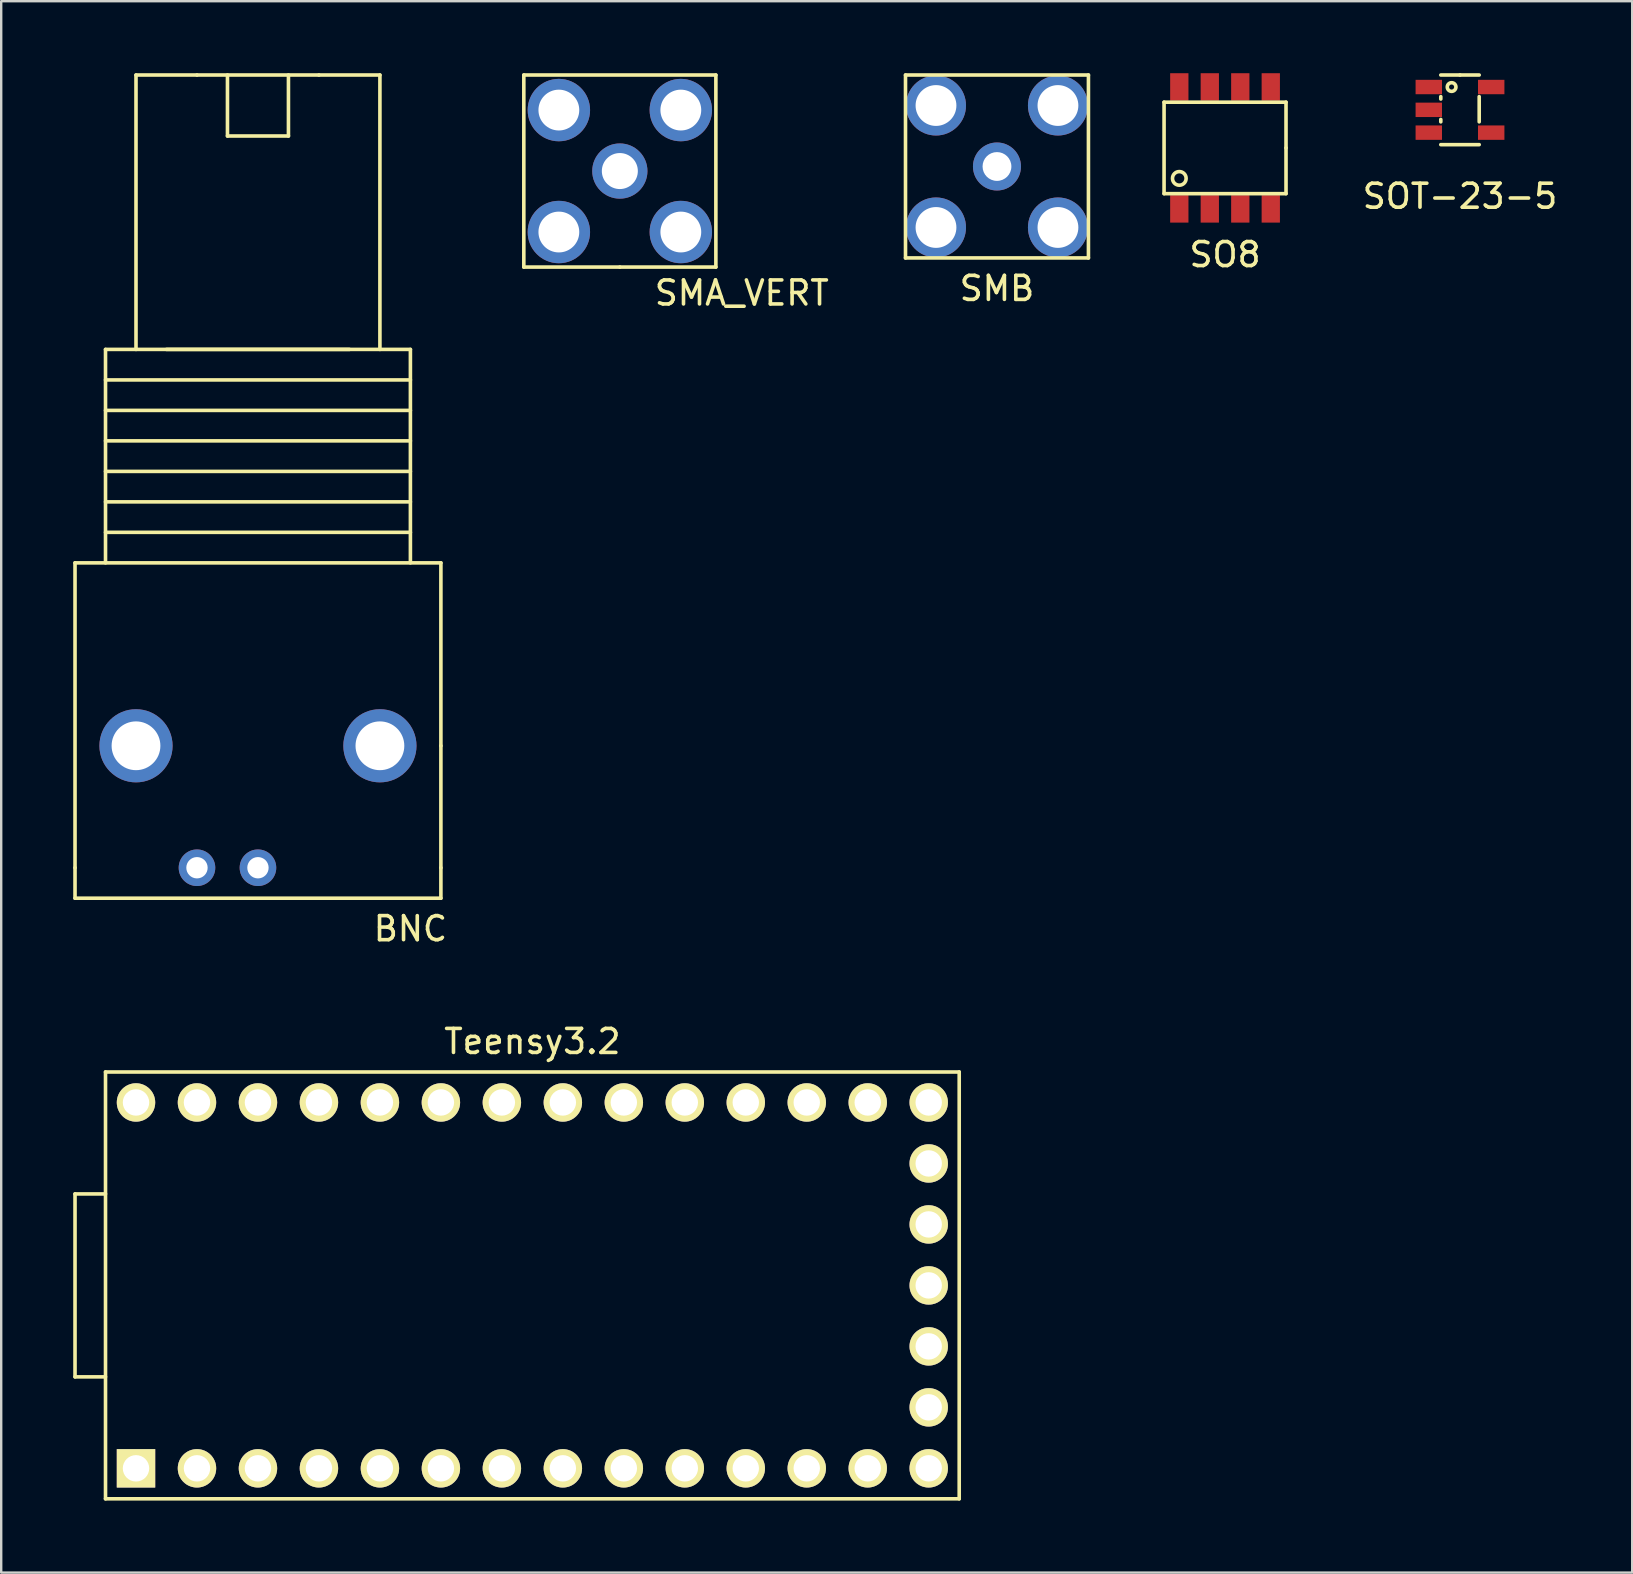
<source format=kicad_pcb>
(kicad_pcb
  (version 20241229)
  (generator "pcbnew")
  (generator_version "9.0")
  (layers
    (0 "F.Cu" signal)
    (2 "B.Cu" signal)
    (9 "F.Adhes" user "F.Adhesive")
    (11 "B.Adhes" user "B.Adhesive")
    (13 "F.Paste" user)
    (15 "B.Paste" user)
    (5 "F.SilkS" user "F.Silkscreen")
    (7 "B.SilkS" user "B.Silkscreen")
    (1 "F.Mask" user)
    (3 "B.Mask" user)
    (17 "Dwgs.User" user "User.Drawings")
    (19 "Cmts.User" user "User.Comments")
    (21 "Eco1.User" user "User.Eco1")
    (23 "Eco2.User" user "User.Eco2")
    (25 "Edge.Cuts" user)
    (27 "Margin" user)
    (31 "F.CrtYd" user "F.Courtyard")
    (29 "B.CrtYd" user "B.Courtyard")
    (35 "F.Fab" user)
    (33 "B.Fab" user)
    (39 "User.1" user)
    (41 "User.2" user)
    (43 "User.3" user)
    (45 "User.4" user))
  (footprint "SMB"
    (layer "F.Cu")
    (at 38.478 3.885)
    (property "Reference" "SMB" (at 0 5.08 0) (layer "F.SilkS") (effects (font (size 1 1) (thickness 0.15))))
    (attr through_hole)
    (fp_line (start -3.81 -3.81) (end 3.81 -3.81) (stroke (width 0.15) (type solid)) (layer "F.SilkS"))
    (fp_line (start -3.81 3.81) (end -3.81 -3.81) (stroke (width 0.15) (type solid)) (layer "F.SilkS"))
    (fp_line (start 3.81 -3.81) (end 3.81 3.81) (stroke (width 0.15) (type solid)) (layer "F.SilkS"))
    (fp_line (start 3.81 3.81) (end -3.81 3.81) (stroke (width 0.15) (type solid)) (layer "F.SilkS"))
    (pad "1" thru_hole circle (at 0 0) (size 2 2) (drill 1.2) (layers "*.Cu" "*.Mask"))
    (pad "2" thru_hole circle (at -2.54 -2.54) (size 2.5 2.5) (drill 1.7) (layers "*.Cu" "*.Mask"))
    (pad "2" thru_hole circle (at -2.54 2.54) (size 2.5 2.5) (drill 1.7) (layers "*.Cu" "*.Mask"))
    (pad "2" thru_hole circle (at 2.54 -2.54) (size 2.5 2.5) (drill 1.7) (layers "*.Cu" "*.Mask"))
    (pad "2" thru_hole circle (at 2.54 2.54) (size 2.5 2.5) (drill 1.7) (layers "*.Cu" "*.Mask")))
  (footprint "SMA_VERT"
    (layer "F.Cu")
    (at 22.769 4.075)
    (property "Reference" "SMA_VERT" (at 5.08 5.08 0) (layer "F.SilkS") (effects (font (size 1 1) (thickness 0.15))))
    (attr through_hole)
    (fp_line (start -4 -4) (end -4 4) (stroke (width 0.15) (type solid)) (layer "F.SilkS"))
    (fp_line (start -4 4) (end 0 4) (stroke (width 0.15) (type solid)) (layer "F.SilkS"))
    (fp_line (start 0 4) (end 4 4) (stroke (width 0.15) (type solid)) (layer "F.SilkS"))
    (fp_line (start 4 -4) (end -4 -4) (stroke (width 0.15) (type solid)) (layer "F.SilkS"))
    (fp_line (start 4 4) (end 4 -4) (stroke (width 0.15) (type solid)) (layer "F.SilkS"))
    (pad "1" thru_hole circle (at 0 0) (size 2.3 2.3) (drill 1.5) (layers "*.Cu" "*.Mask"))
    (pad "2" thru_hole circle (at -2.54 -2.54) (size 2.6 2.6) (drill 1.7) (layers "*.Cu" "*.Mask"))
    (pad "2" thru_hole circle (at -2.54 2.54) (size 2.6 2.6) (drill 1.7) (layers "*.Cu" "*.Mask"))
    (pad "2" thru_hole circle (at 2.54 -2.54) (size 2.6 2.6) (drill 1.7) (layers "*.Cu" "*.Mask"))
    (pad "2" thru_hole circle (at 2.54 2.54) (size 2.6 2.6) (drill 1.7) (layers "*.Cu" "*.Mask")))
  (footprint "SOT-23-5"
    (layer "F.Cu")
    (at 57.765 1.525)
    (property "Reference" "SOT-23-5" (at 0 3.6 0) (layer "F.SilkS") (effects (font (size 1 1) (thickness 0.15))))
    (attr through_hole)
    (fp_line (start -0.8 -0.55) (end -0.8 -0.45) (stroke (width 0.15) (type solid)) (layer "F.SilkS"))
    (fp_line (start -0.8 0.4) (end -0.8 0.5) (stroke (width 0.15) (type solid)) (layer "F.SilkS"))
    (fp_line (start -0.8 1.45) (end 0.8 1.45) (stroke (width 0.15) (type solid)) (layer "F.SilkS"))
    (fp_line (start 0 -1.45) (end -0.8 -1.45) (stroke (width 0.15) (type solid)) (layer "F.SilkS"))
    (fp_line (start 0 -1.45) (end 0.8 -1.45) (stroke (width 0.15) (type solid)) (layer "F.SilkS"))
    (fp_line (start 0.8 -0.55) (end 0.8 0.5) (stroke (width 0.15) (type solid)) (layer "F.SilkS"))
    (fp_circle (center -0.35 -0.95) (end -0.2 -1.05) (stroke (width 0.15) (type solid)) (fill no) (layer "F.SilkS"))
    (pad "1" smd rect (at -1.3 -0.95) (size 1.1 0.6) (layers "F.Cu" "F.Mask" "F.Paste"))
    (pad "2" smd rect (at -1.3 0) (size 1.1 0.6) (layers "F.Cu" "F.Mask" "F.Paste"))
    (pad "3" smd rect (at -1.3 0.95) (size 1.1 0.6) (layers "F.Cu" "F.Mask" "F.Paste"))
    (pad "4" smd rect (at 1.3 0.95) (size 1.1 0.6) (layers "F.Cu" "F.Mask" "F.Paste"))
    (pad "5" smd rect (at 1.3 -0.95) (size 1.1 0.6) (layers "F.Cu" "F.Mask" "F.Paste")))
  (footprint "BNC"
    (layer "F.Cu")
    (at 7.695 30.555)
    (property "Reference" "BNC" (at 6.35 5.08 0) (layer "F.SilkS") (effects (font (size 1 1) (thickness 0.15))))
    (attr through_hole)
    (fp_line (start -7.62 -10.16) (end -7.62 2.54) (stroke (width 0.15) (type solid)) (layer "F.SilkS"))
    (fp_line (start -7.62 2.54) (end -7.62 3.81) (stroke (width 0.15) (type solid)) (layer "F.SilkS"))
    (fp_line (start -7.62 3.81) (end 7.62 3.81) (stroke (width 0.15) (type solid)) (layer "F.SilkS"))
    (fp_line (start -6.35 -19.05) (end -6.35 -10.16) (stroke (width 0.15) (type solid)) (layer "F.SilkS"))
    (fp_line (start -6.35 -17.78) (end 6.35 -17.78) (stroke (width 0.15) (type solid)) (layer "F.SilkS"))
    (fp_line (start -6.35 -16.51) (end 6.35 -16.51) (stroke (width 0.15) (type solid)) (layer "F.SilkS"))
    (fp_line (start -6.35 -15.24) (end 6.35 -15.24) (stroke (width 0.15) (type solid)) (layer "F.SilkS"))
    (fp_line (start -6.35 -13.97) (end 6.35 -13.97) (stroke (width 0.15) (type solid)) (layer "F.SilkS"))
    (fp_line (start -6.35 -12.7) (end 6.35 -12.7) (stroke (width 0.15) (type solid)) (layer "F.SilkS"))
    (fp_line (start -6.35 -11.43) (end 6.35 -11.43) (stroke (width 0.15) (type solid)) (layer "F.SilkS"))
    (fp_line (start -5.08 -30.48) (end -2.54 -30.48) (stroke (width 0.15) (type solid)) (layer "F.SilkS"))
    (fp_line (start -5.08 -19.05) (end -5.08 -30.48) (stroke (width 0.15) (type solid)) (layer "F.SilkS"))
    (fp_line (start -3.81 -19.05) (end 3.81 -19.05) (stroke (width 0.15) (type solid)) (layer "F.SilkS"))
    (fp_line (start -2.54 -30.48) (end 2.54 -30.48) (stroke (width 0.15) (type solid)) (layer "F.SilkS"))
    (fp_line (start -1.27 -30.48) (end -1.27 -27.94) (stroke (width 0.15) (type solid)) (layer "F.SilkS"))
    (fp_line (start -1.27 -27.94) (end 1.27 -27.94) (stroke (width 0.15) (type solid)) (layer "F.SilkS"))
    (fp_line (start 1.27 -27.94) (end 1.27 -30.48) (stroke (width 0.15) (type solid)) (layer "F.SilkS"))
    (fp_line (start 5.08 -30.48) (end 2.54 -30.48) (stroke (width 0.15) (type solid)) (layer "F.SilkS"))
    (fp_line (start 5.08 -19.05) (end 5.08 -30.48) (stroke (width 0.15) (type solid)) (layer "F.SilkS"))
    (fp_line (start 6.35 -19.05) (end -6.35 -19.05) (stroke (width 0.15) (type solid)) (layer "F.SilkS"))
    (fp_line (start 6.35 -10.16) (end 6.35 -19.05) (stroke (width 0.15) (type solid)) (layer "F.SilkS"))
    (fp_line (start 7.62 -10.16) (end -7.62 -10.16) (stroke (width 0.15) (type solid)) (layer "F.SilkS"))
    (fp_line (start 7.62 -2.54) (end 7.62 -10.16) (stroke (width 0.15) (type solid)) (layer "F.SilkS"))
    (fp_line (start 7.62 -2.54) (end 7.62 2.54) (stroke (width 0.15) (type solid)) (layer "F.SilkS"))
    (fp_line (start 7.62 3.81) (end 7.62 2.54) (stroke (width 0.15) (type solid)) (layer "F.SilkS"))
    (pad "1" thru_hole circle (at 0 2.54) (size 1.524 1.524) (drill 0.889) (layers "*.Cu" "*.Mask"))
    (pad "2" thru_hole circle (at -5.08 -2.54) (size 3.048 3.048) (drill 2.032) (layers "*.Cu" "*.Mask"))
    (pad "2" thru_hole circle (at -2.54 2.54) (size 1.524 1.524) (drill 0.889) (layers "*.Cu" "*.Mask"))
    (pad "2" thru_hole circle (at 5.08 -2.54) (size 3.048 3.048) (drill 2.032) (layers "*.Cu" "*.Mask")))
  (footprint "Teensy3.2"
    (layer "F.Cu")
    (at 19.125 50.492)
    (property "Reference" "Teensy3.2" (at 0 -10.16 0) (layer "F.SilkS") (effects (font (size 1 1) (thickness 0.15))))
    (attr through_hole)
    (fp_line (start -19.05 -3.81) (end -17.78 -3.81) (stroke (width 0.15) (type solid)) (layer "F.SilkS"))
    (fp_line (start -19.05 3.81) (end -19.05 -3.81) (stroke (width 0.15) (type solid)) (layer "F.SilkS"))
    (fp_line (start -17.78 -8.89) (end 17.78 -8.89) (stroke (width 0.15) (type solid)) (layer "F.SilkS"))
    (fp_line (start -17.78 3.81) (end -19.05 3.81) (stroke (width 0.15) (type solid)) (layer "F.SilkS"))
    (fp_line (start -17.78 8.89) (end -17.78 -8.89) (stroke (width 0.15) (type solid)) (layer "F.SilkS"))
    (fp_line (start 17.78 -8.89) (end 17.78 8.89) (stroke (width 0.15) (type solid)) (layer "F.SilkS"))
    (fp_line (start 17.78 8.89) (end -17.78 8.89) (stroke (width 0.15) (type solid)) (layer "F.SilkS"))
    (pad "1" thru_hole rect (at -16.51 7.62) (size 1.6 1.6) (drill 1.1) (layers "*.Cu" "*.Mask" "F.SilkS"))
    (pad "2" thru_hole circle (at -13.97 7.62) (size 1.6 1.6) (drill 1.1) (layers "*.Cu" "*.Mask" "F.SilkS"))
    (pad "3" thru_hole circle (at -11.43 7.62) (size 1.6 1.6) (drill 1.1) (layers "*.Cu" "*.Mask" "F.SilkS"))
    (pad "4" thru_hole circle (at -8.89 7.62) (size 1.6 1.6) (drill 1.1) (layers "*.Cu" "*.Mask" "F.SilkS"))
    (pad "5" thru_hole circle (at -6.35 7.62) (size 1.6 1.6) (drill 1.1) (layers "*.Cu" "*.Mask" "F.SilkS"))
    (pad "6" thru_hole circle (at -3.81 7.62) (size 1.6 1.6) (drill 1.1) (layers "*.Cu" "*.Mask" "F.SilkS"))
    (pad "7" thru_hole circle (at -1.27 7.62) (size 1.6 1.6) (drill 1.1) (layers "*.Cu" "*.Mask" "F.SilkS"))
    (pad "8" thru_hole circle (at 1.27 7.62) (size 1.6 1.6) (drill 1.1) (layers "*.Cu" "*.Mask" "F.SilkS"))
    (pad "9" thru_hole circle (at 3.81 7.62) (size 1.6 1.6) (drill 1.1) (layers "*.Cu" "*.Mask" "F.SilkS"))
    (pad "10" thru_hole circle (at 6.35 7.62) (size 1.6 1.6) (drill 1.1) (layers "*.Cu" "*.Mask" "F.SilkS"))
    (pad "11" thru_hole circle (at 8.89 7.62) (size 1.6 1.6) (drill 1.1) (layers "*.Cu" "*.Mask" "F.SilkS"))
    (pad "12" thru_hole circle (at 11.43 7.62) (size 1.6 1.6) (drill 1.1) (layers "*.Cu" "*.Mask" "F.SilkS"))
    (pad "13" thru_hole circle (at 13.97 7.62) (size 1.6 1.6) (drill 1.1) (layers "*.Cu" "*.Mask" "F.SilkS"))
    (pad "14" thru_hole circle (at 16.51 7.62) (size 1.6 1.6) (drill 1.1) (layers "*.Cu" "*.Mask" "F.SilkS"))
    (pad "15" thru_hole circle (at 16.51 5.08) (size 1.6 1.6) (drill 1.1) (layers "*.Cu" "*.Mask" "F.SilkS"))
    (pad "16" thru_hole circle (at 16.51 2.54) (size 1.6 1.6) (drill 1.1) (layers "*.Cu" "*.Mask" "F.SilkS"))
    (pad "17" thru_hole circle (at 16.51 0) (size 1.6 1.6) (drill 1.1) (layers "*.Cu" "*.Mask" "F.SilkS"))
    (pad "18" thru_hole circle (at 16.51 -2.54) (size 1.6 1.6) (drill 1.1) (layers "*.Cu" "*.Mask" "F.SilkS"))
    (pad "19" thru_hole circle (at 16.51 -5.08) (size 1.6 1.6) (drill 1.1) (layers "*.Cu" "*.Mask" "F.SilkS"))
    (pad "20" thru_hole circle (at 16.51 -7.62) (size 1.6 1.6) (drill 1.1) (layers "*.Cu" "*.Mask" "F.SilkS"))
    (pad "21" thru_hole circle (at 13.97 -7.62) (size 1.6 1.6) (drill 1.1) (layers "*.Cu" "*.Mask" "F.SilkS"))
    (pad "22" thru_hole circle (at 11.43 -7.62) (size 1.6 1.6) (drill 1.1) (layers "*.Cu" "*.Mask" "F.SilkS"))
    (pad "23" thru_hole circle (at 8.89 -7.62) (size 1.6 1.6) (drill 1.1) (layers "*.Cu" "*.Mask" "F.SilkS"))
    (pad "24" thru_hole circle (at 6.35 -7.62) (size 1.6 1.6) (drill 1.1) (layers "*.Cu" "*.Mask" "F.SilkS"))
    (pad "25" thru_hole circle (at 3.81 -7.62) (size 1.6 1.6) (drill 1.1) (layers "*.Cu" "*.Mask" "F.SilkS"))
    (pad "26" thru_hole circle (at 1.27 -7.62) (size 1.6 1.6) (drill 1.1) (layers "*.Cu" "*.Mask" "F.SilkS"))
    (pad "27" thru_hole circle (at -1.27 -7.62) (size 1.6 1.6) (drill 1.1) (layers "*.Cu" "*.Mask" "F.SilkS"))
    (pad "28" thru_hole circle (at -3.81 -7.62) (size 1.6 1.6) (drill 1.1) (layers "*.Cu" "*.Mask" "F.SilkS"))
    (pad "29" thru_hole circle (at -6.35 -7.62) (size 1.6 1.6) (drill 1.1) (layers "*.Cu" "*.Mask" "F.SilkS"))
    (pad "30" thru_hole circle (at -8.89 -7.62) (size 1.6 1.6) (drill 1.1) (layers "*.Cu" "*.Mask" "F.SilkS"))
    (pad "31" thru_hole circle (at -11.43 -7.62) (size 1.6 1.6) (drill 1.1) (layers "*.Cu" "*.Mask" "F.SilkS"))
    (pad "32" thru_hole circle (at -13.97 -7.62) (size 1.6 1.6) (drill 1.1) (layers "*.Cu" "*.Mask" "F.SilkS"))
    (pad "33" thru_hole circle (at -16.51 -7.62) (size 1.6 1.6) (drill 1.1) (layers "*.Cu" "*.Mask" "F.SilkS")))
  (footprint "SO8"
    (layer "F.Cu")
    (at 47.978 3.111)
    (property "Reference" "SO8" (at 0 4.445 0) (layer "F.SilkS") (effects (font (size 1 1) (thickness 0.15))))
    (attr through_hole)
    (fp_line (start -2.54 -1.905) (end -2.54 1.905) (stroke (width 0.15) (type solid)) (layer "F.SilkS"))
    (fp_line (start -2.54 -1.905) (end 2.54 -1.905) (stroke (width 0.15) (type solid)) (layer "F.SilkS"))
    (fp_line (start -2.54 1.905) (end 2.54 1.905) (stroke (width 0.15) (type solid)) (layer "F.SilkS"))
    (fp_line (start 2.54 0) (end 2.54 -1.905) (stroke (width 0.15) (type solid)) (layer "F.SilkS"))
    (fp_line (start 2.54 0) (end 2.54 1.905) (stroke (width 0.15) (type solid)) (layer "F.SilkS"))
    (fp_circle (center -1.905 1.27) (end -1.651 1.143) (stroke (width 0.15) (type solid)) (fill no) (layer "F.SilkS"))
    (pad "1" smd rect (at -1.905 2.54) (size 0.762 1.143) (layers "F.Cu" "F.Mask" "F.Paste"))
    (pad "2" smd rect (at -0.635 2.54) (size 0.762 1.143) (layers "F.Cu" "F.Mask" "F.Paste"))
    (pad "3" smd rect (at 0.635 2.54) (size 0.762 1.143) (layers "F.Cu" "F.Mask" "F.Paste"))
    (pad "4" smd rect (at 1.905 2.54) (size 0.762 1.143) (layers "F.Cu" "F.Mask" "F.Paste"))
    (pad "5" smd rect (at 1.905 -2.54) (size 0.762 1.143) (layers "F.Cu" "F.Mask" "F.Paste"))
    (pad "6" smd rect (at 0.635 -2.54) (size 0.762 1.143) (layers "F.Cu" "F.Mask" "F.Paste"))
    (pad "7" smd rect (at -0.635 -2.54) (size 0.762 1.143) (layers "F.Cu" "F.Mask" "F.Paste"))
    (pad "8" smd rect (at -1.905 -2.54) (size 0.762 1.143) (layers "F.Cu" "F.Mask" "F.Paste")))
  (gr_rect
    (start -3 -3)
    (end 64.938 62.456)
    (stroke (width 0.1) (type default))
    (fill no)
    (layer "Edge.Cuts")))
</source>
